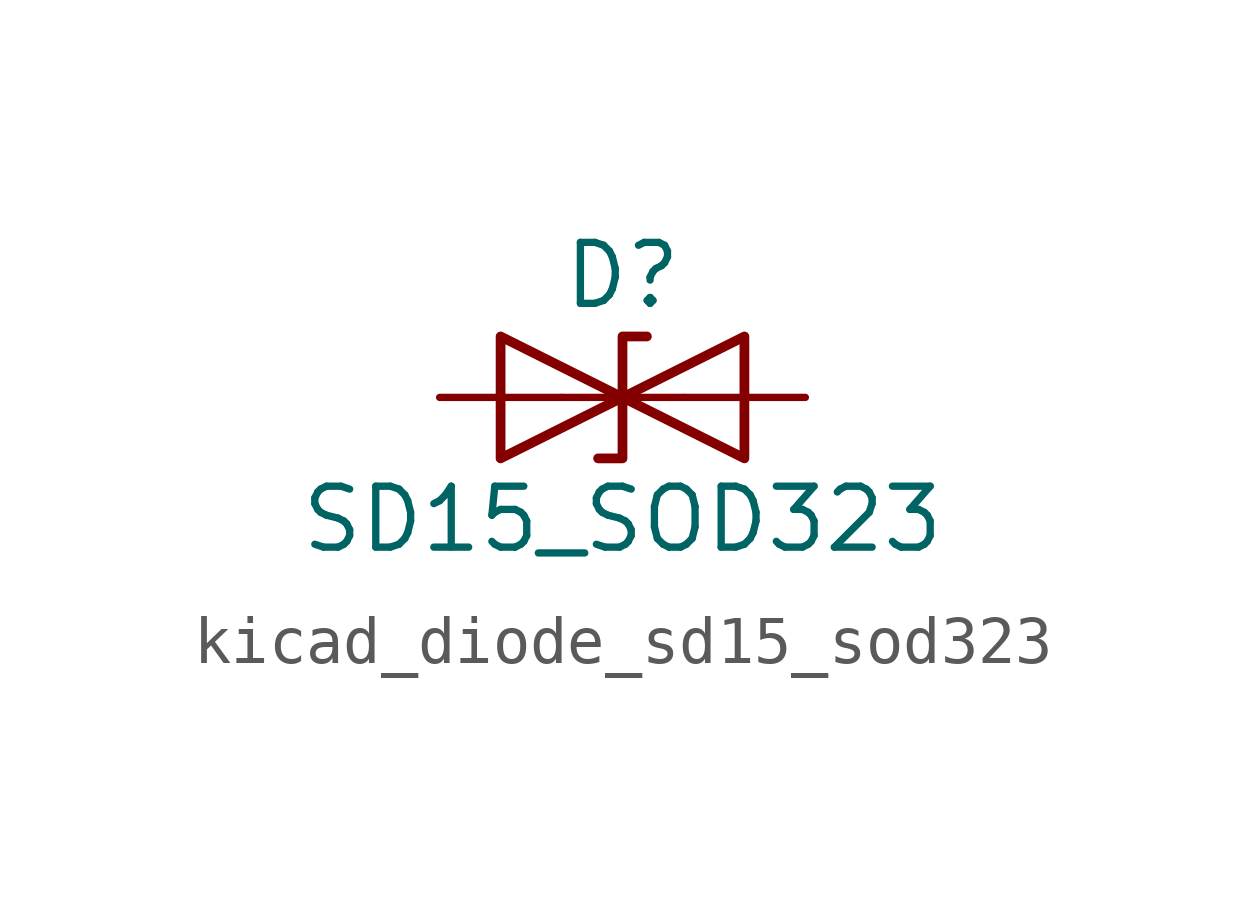
<source format=kicad_sym>
(kicad_symbol_lib
  (version 20220914)
  (generator kicad_symbol_editor)
  (symbol "kicad_diode_sd15_sod323"
    (pin_numbers hide)
    (pin_names
      (offset 1.016) hide)
    (property "Reference" "D"
      (at 0 2.54 0)
      (effects (font (size 1.27 1.27))))
    (property "Value" "SD15_SOD323"
      (at 0 -2.54 0)
      (effects (font (size 1.27 1.27))))
    (symbol "kicad_diode_sd15_sod323_0_1"
      (polyline (pts (xy 1.27 0) (xy -1.27 0)) (stroke (width 0) (type default)) (fill (type none)))
      (polyline (pts (xy -2.54 -1.27) (xy 0 0) (xy -2.54 1.27) (xy -2.54 -1.27)) (stroke (width 0.203) (type default)) (fill (type none)))
      (polyline (pts (xy 0.508 1.27) (xy 0 1.27) (xy 0 -1.27) (xy -0.508 -1.27)) (stroke (width 0.203) (type default)) (fill (type none)))
      (polyline (pts (xy 2.54 1.27) (xy 2.54 -1.27) (xy 0 0) (xy 2.54 1.27)) (stroke (width 0.203) (type default)) (fill (type none))))
    (symbol "kicad_diode_sd15_sod323_1_1"
      (pin passive line (at -3.81 0 0) (length 2.54) (name "A1" (effects (font (size 1.27 1.27)))) (number "1" (effects (font (size 1.27 1.27)))))
      (pin passive line (at 3.81 0 180) (length 2.54) (name "A2" (effects (font (size 1.27 1.27)))) (number "2" (effects (font (size 1.27 1.27))))))))
</source>
